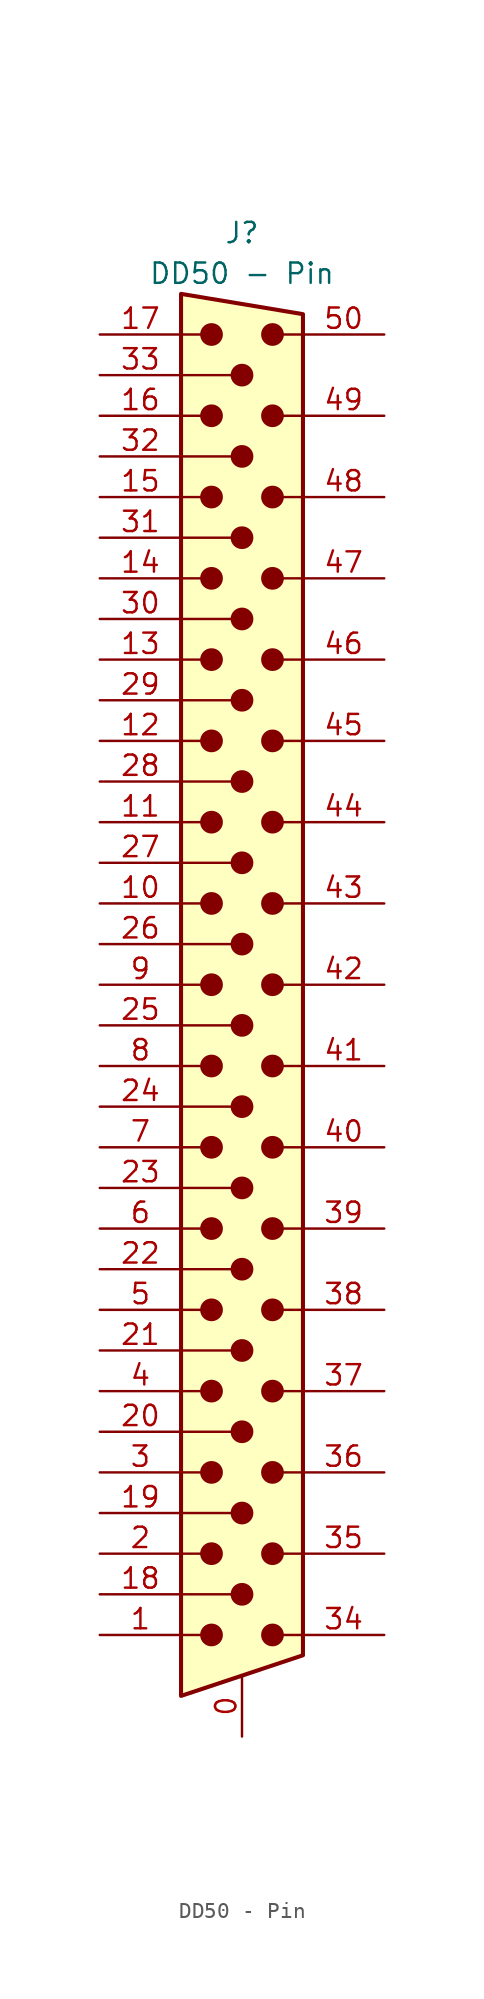
<source format=kicad_sym>
(kicad_symbol_lib
  (version 20220914)
  (generator kicad_symbol_editor)
  (symbol "DD50 - Pin"
    (pin_names
      (offset 1.016) hide)
    (property "Reference" "J"
      (at 0 46.99 0)
      (effects (font (size 1.27 1.27))))
    (property "Value" "DD50 - Pin"
      (at 0 44.45 0)
      (effects (font (size 1.27 1.27))))
    (symbol "DD50 - Pin_0_1"
      (circle (center -1.905 -40.64) (radius 0.635) (stroke (width 0) (type default)) (fill (type outline)))
      (circle (center -1.905 -35.56) (radius 0.635) (stroke (width 0) (type default)) (fill (type outline)))
      (circle (center -1.905 -30.48) (radius 0.635) (stroke (width 0) (type default)) (fill (type outline)))
      (circle (center -1.905 -25.4) (radius 0.635) (stroke (width 0) (type default)) (fill (type outline)))
      (circle (center -1.905 -20.32) (radius 0.635) (stroke (width 0) (type default)) (fill (type outline)))
      (circle (center -1.905 -15.24) (radius 0.635) (stroke (width 0) (type default)) (fill (type outline)))
      (circle (center -1.905 -10.16) (radius 0.635) (stroke (width 0) (type default)) (fill (type outline)))
      (circle (center -1.905 -5.08) (radius 0.635) (stroke (width 0) (type default)) (fill (type outline)))
      (circle (center -1.905 0) (radius 0.635) (stroke (width 0) (type default)) (fill (type outline)))
      (circle (center -1.905 5.08) (radius 0.635) (stroke (width 0) (type default)) (fill (type outline)))
      (circle (center -1.905 10.16) (radius 0.635) (stroke (width 0) (type default)) (fill (type outline)))
      (circle (center -1.905 15.24) (radius 0.635) (stroke (width 0) (type default)) (fill (type outline)))
      (circle (center -1.905 20.32) (radius 0.635) (stroke (width 0) (type default)) (fill (type outline)))
      (circle (center -1.905 25.4) (radius 0.635) (stroke (width 0) (type default)) (fill (type outline)))
      (circle (center -1.905 30.48) (radius 0.635) (stroke (width 0) (type default)) (fill (type outline)))
      (circle (center -1.905 35.56) (radius 0.635) (stroke (width 0) (type default)) (fill (type outline)))
      (circle (center -1.905 40.64) (radius 0.635) (stroke (width 0) (type default)) (fill (type outline)))
      (circle (center 0 -38.1) (radius 0.635) (stroke (width 0) (type default)) (fill (type outline)))
      (circle (center 0 -33.02) (radius 0.635) (stroke (width 0) (type default)) (fill (type outline)))
      (circle (center 0 -27.94) (radius 0.635) (stroke (width 0) (type default)) (fill (type outline)))
      (circle (center 0 -22.86) (radius 0.635) (stroke (width 0) (type default)) (fill (type outline)))
      (circle (center 0 -17.78) (radius 0.635) (stroke (width 0) (type default)) (fill (type outline)))
      (circle (center 0 -12.7) (radius 0.635) (stroke (width 0) (type default)) (fill (type outline)))
      (circle (center 0 -7.62) (radius 0.635) (stroke (width 0) (type default)) (fill (type outline)))
      (circle (center 0 -2.54) (radius 0.635) (stroke (width 0) (type default)) (fill (type outline)))
      (polyline (pts (xy -2.54 -40.64) (xy -3.81 -40.64)) (stroke (width 0) (type default)) (fill (type none)))
      (polyline (pts (xy -2.54 -35.56) (xy -3.81 -35.56)) (stroke (width 0) (type default)) (fill (type none)))
      (polyline (pts (xy -2.54 -30.48) (xy -3.81 -30.48)) (stroke (width 0) (type default)) (fill (type none)))
      (polyline (pts (xy -2.54 -25.4) (xy -3.81 -25.4)) (stroke (width 0) (type default)) (fill (type none)))
      (polyline (pts (xy -2.54 -20.32) (xy -3.81 -20.32)) (stroke (width 0) (type default)) (fill (type none)))
      (polyline (pts (xy -2.54 -15.24) (xy -3.81 -15.24)) (stroke (width 0) (type default)) (fill (type none)))
      (polyline (pts (xy -2.54 -10.16) (xy -3.81 -10.16)) (stroke (width 0) (type default)) (fill (type none)))
      (polyline (pts (xy -2.54 -5.08) (xy -3.81 -5.08)) (stroke (width 0) (type default)) (fill (type none)))
      (polyline (pts (xy -2.54 0) (xy -3.81 0)) (stroke (width 0) (type default)) (fill (type none)))
      (polyline (pts (xy -2.54 5.08) (xy -3.81 5.08)) (stroke (width 0) (type default)) (fill (type none)))
      (polyline (pts (xy -2.54 10.16) (xy -3.81 10.16)) (stroke (width 0) (type default)) (fill (type none)))
      (polyline (pts (xy -2.54 15.24) (xy -3.81 15.24)) (stroke (width 0) (type default)) (fill (type none)))
      (polyline (pts (xy -2.54 20.32) (xy -3.81 20.32)) (stroke (width 0) (type default)) (fill (type none)))
      (polyline (pts (xy -2.54 25.4) (xy -3.81 25.4)) (stroke (width 0) (type default)) (fill (type none)))
      (polyline (pts (xy -2.54 30.48) (xy -3.81 30.48)) (stroke (width 0) (type default)) (fill (type none)))
      (polyline (pts (xy -2.54 35.56) (xy -3.81 35.56)) (stroke (width 0) (type default)) (fill (type none)))
      (polyline (pts (xy -2.54 40.64) (xy -3.81 40.64)) (stroke (width 0) (type default)) (fill (type none)))
      (polyline (pts (xy 0 -38.1) (xy -3.81 -38.1)) (stroke (width 0) (type default)) (fill (type none)))
      (polyline (pts (xy 0 -33.02) (xy -3.81 -33.02)) (stroke (width 0) (type default)) (fill (type none)))
      (polyline (pts (xy 0 -27.94) (xy -3.81 -27.94)) (stroke (width 0) (type default)) (fill (type none)))
      (polyline (pts (xy 0 -22.86) (xy -3.81 -22.86)) (stroke (width 0) (type default)) (fill (type none)))
      (polyline (pts (xy 0 -17.78) (xy -3.81 -17.78)) (stroke (width 0) (type default)) (fill (type none)))
      (polyline (pts (xy 0 -12.7) (xy -3.81 -12.7)) (stroke (width 0) (type default)) (fill (type none)))
      (polyline (pts (xy 0 -7.62) (xy -3.81 -7.62)) (stroke (width 0) (type default)) (fill (type none)))
      (polyline (pts (xy 0 -2.54) (xy -3.81 -2.54)) (stroke (width 0) (type default)) (fill (type none)))
      (polyline (pts (xy 0 2.54) (xy -3.81 2.54)) (stroke (width 0) (type default)) (fill (type none)))
      (polyline (pts (xy 0 7.62) (xy -3.81 7.62)) (stroke (width 0) (type default)) (fill (type none)))
      (polyline (pts (xy 0 12.7) (xy -3.81 12.7)) (stroke (width 0) (type default)) (fill (type none)))
      (polyline (pts (xy 0 17.78) (xy -3.81 17.78)) (stroke (width 0) (type default)) (fill (type none)))
      (polyline (pts (xy 0 22.86) (xy -3.81 22.86)) (stroke (width 0) (type default)) (fill (type none)))
      (polyline (pts (xy 0 27.94) (xy -3.81 27.94)) (stroke (width 0) (type default)) (fill (type none)))
      (polyline (pts (xy 0 33.02) (xy -3.81 33.02)) (stroke (width 0) (type default)) (fill (type none)))
      (polyline (pts (xy 0 38.1) (xy -3.81 38.1)) (stroke (width 0) (type default)) (fill (type none)))
      (polyline (pts (xy 3.81 -40.64) (xy 2.54 -40.64)) (stroke (width 0) (type default)) (fill (type none)))
      (polyline (pts (xy 3.81 -35.56) (xy 2.54 -35.56)) (stroke (width 0) (type default)) (fill (type none)))
      (polyline (pts (xy 3.81 -30.48) (xy 2.54 -30.48)) (stroke (width 0) (type default)) (fill (type none)))
      (polyline (pts (xy 3.81 -25.4) (xy 2.54 -25.4)) (stroke (width 0) (type default)) (fill (type none)))
      (polyline (pts (xy 3.81 -20.32) (xy 2.54 -20.32)) (stroke (width 0) (type default)) (fill (type none)))
      (polyline (pts (xy 3.81 -15.24) (xy 2.54 -15.24)) (stroke (width 0) (type default)) (fill (type none)))
      (polyline (pts (xy 3.81 -10.16) (xy 2.54 -10.16)) (stroke (width 0) (type default)) (fill (type none)))
      (polyline (pts (xy 3.81 -5.08) (xy 2.54 -5.08)) (stroke (width 0) (type default)) (fill (type none)))
      (polyline (pts (xy 3.81 0) (xy 2.54 0)) (stroke (width 0) (type default)) (fill (type none)))
      (polyline (pts (xy 3.81 5.08) (xy 2.54 5.08)) (stroke (width 0) (type default)) (fill (type none)))
      (polyline (pts (xy 3.81 10.16) (xy 2.54 10.16)) (stroke (width 0) (type default)) (fill (type none)))
      (polyline (pts (xy 3.81 15.24) (xy 2.54 15.24)) (stroke (width 0) (type default)) (fill (type none)))
      (polyline (pts (xy 3.81 20.32) (xy 2.54 20.32)) (stroke (width 0) (type default)) (fill (type none)))
      (polyline (pts (xy 3.81 25.4) (xy 2.54 25.4)) (stroke (width 0) (type default)) (fill (type none)))
      (polyline (pts (xy 3.81 30.48) (xy 2.54 30.48)) (stroke (width 0) (type default)) (fill (type none)))
      (polyline (pts (xy 3.81 35.56) (xy 2.54 35.56)) (stroke (width 0) (type default)) (fill (type none)))
      (polyline (pts (xy 3.81 40.64) (xy 2.54 40.64)) (stroke (width 0) (type default)) (fill (type none)))
      (polyline (pts (xy -3.81 43.18) (xy -3.81 -44.45) (xy 3.81 -41.91) (xy 3.81 41.91) (xy -3.81 43.18)) (stroke (width 0.254) (type default)) (fill (type background)))
      (circle (center 0 2.54) (radius 0.635) (stroke (width 0) (type default)) (fill (type outline)))
      (circle (center 0 7.62) (radius 0.635) (stroke (width 0) (type default)) (fill (type outline)))
      (circle (center 0 12.7) (radius 0.635) (stroke (width 0) (type default)) (fill (type outline)))
      (circle (center 0 17.78) (radius 0.635) (stroke (width 0) (type default)) (fill (type outline)))
      (circle (center 0 22.86) (radius 0.635) (stroke (width 0) (type default)) (fill (type outline)))
      (circle (center 0 27.94) (radius 0.635) (stroke (width 0) (type default)) (fill (type outline)))
      (circle (center 0 33.02) (radius 0.635) (stroke (width 0) (type default)) (fill (type outline)))
      (circle (center 0 38.1) (radius 0.635) (stroke (width 0) (type default)) (fill (type outline)))
      (circle (center 1.905 -40.64) (radius 0.635) (stroke (width 0) (type default)) (fill (type outline)))
      (circle (center 1.905 -35.56) (radius 0.635) (stroke (width 0) (type default)) (fill (type outline)))
      (circle (center 1.905 -30.48) (radius 0.635) (stroke (width 0) (type default)) (fill (type outline)))
      (circle (center 1.905 -25.4) (radius 0.635) (stroke (width 0) (type default)) (fill (type outline)))
      (circle (center 1.905 -20.32) (radius 0.635) (stroke (width 0) (type default)) (fill (type outline)))
      (circle (center 1.905 -15.24) (radius 0.635) (stroke (width 0) (type default)) (fill (type outline)))
      (circle (center 1.905 -10.16) (radius 0.635) (stroke (width 0) (type default)) (fill (type outline)))
      (circle (center 1.905 -5.08) (radius 0.635) (stroke (width 0) (type default)) (fill (type outline)))
      (circle (center 1.905 0) (radius 0.635) (stroke (width 0) (type default)) (fill (type outline)))
      (circle (center 1.905 5.08) (radius 0.635) (stroke (width 0) (type default)) (fill (type outline)))
      (circle (center 1.905 10.16) (radius 0.635) (stroke (width 0) (type default)) (fill (type outline)))
      (circle (center 1.905 15.24) (radius 0.635) (stroke (width 0) (type default)) (fill (type outline)))
      (circle (center 1.905 20.32) (radius 0.635) (stroke (width 0) (type default)) (fill (type outline)))
      (circle (center 1.905 25.4) (radius 0.635) (stroke (width 0) (type default)) (fill (type outline)))
      (circle (center 1.905 30.48) (radius 0.635) (stroke (width 0) (type default)) (fill (type outline)))
      (circle (center 1.905 35.56) (radius 0.635) (stroke (width 0) (type default)) (fill (type outline)))
      (circle (center 1.905 40.64) (radius 0.635) (stroke (width 0) (type default)) (fill (type outline))))
    (symbol "DD50 - Pin_1_1"
      (pin passive line (at 0 -46.99 90) (length 3.81) (name "0" (effects (font (size 1.27 1.27)))) (number "0" (effects (font (size 1.27 1.27)))))
      (pin passive line (at -8.89 -40.64 0) (length 5.08) (name "1" (effects (font (size 1.27 1.27)))) (number "1" (effects (font (size 1.27 1.27)))))
      (pin passive line (at -8.89 5.08 0) (length 5.08) (name "10" (effects (font (size 1.27 1.27)))) (number "10" (effects (font (size 1.27 1.27)))))
      (pin passive line (at -8.89 10.16 0) (length 5.08) (name "11" (effects (font (size 1.27 1.27)))) (number "11" (effects (font (size 1.27 1.27)))))
      (pin passive line (at -8.89 15.24 0) (length 5.08) (name "12" (effects (font (size 1.27 1.27)))) (number "12" (effects (font (size 1.27 1.27)))))
      (pin passive line (at -8.89 20.32 0) (length 5.08) (name "13" (effects (font (size 1.27 1.27)))) (number "13" (effects (font (size 1.27 1.27)))))
      (pin passive line (at -8.89 25.4 0) (length 5.08) (name "14" (effects (font (size 1.27 1.27)))) (number "14" (effects (font (size 1.27 1.27)))))
      (pin passive line (at -8.89 30.48 0) (length 5.08) (name "15" (effects (font (size 1.27 1.27)))) (number "15" (effects (font (size 1.27 1.27)))))
      (pin passive line (at -8.89 35.56 0) (length 5.08) (name "16" (effects (font (size 1.27 1.27)))) (number "16" (effects (font (size 1.27 1.27)))))
      (pin passive line (at -8.89 40.64 0) (length 5.08) (name "17" (effects (font (size 1.27 1.27)))) (number "17" (effects (font (size 1.27 1.27)))))
      (pin passive line (at -8.89 -38.1 0) (length 5.08) (name "18" (effects (font (size 1.27 1.27)))) (number "18" (effects (font (size 1.27 1.27)))))
      (pin passive line (at -8.89 -33.02 0) (length 5.08) (name "19" (effects (font (size 1.27 1.27)))) (number "19" (effects (font (size 1.27 1.27)))))
      (pin passive line (at -8.89 -35.56 0) (length 5.08) (name "2" (effects (font (size 1.27 1.27)))) (number "2" (effects (font (size 1.27 1.27)))))
      (pin passive line (at -8.89 -27.94 0) (length 5.08) (name "20" (effects (font (size 1.27 1.27)))) (number "20" (effects (font (size 1.27 1.27)))))
      (pin passive line (at -8.89 -22.86 0) (length 5.08) (name "21" (effects (font (size 1.27 1.27)))) (number "21" (effects (font (size 1.27 1.27)))))
      (pin passive line (at -8.89 -17.78 0) (length 5.08) (name "22" (effects (font (size 1.27 1.27)))) (number "22" (effects (font (size 1.27 1.27)))))
      (pin passive line (at -8.89 -12.7 0) (length 5.08) (name "23" (effects (font (size 1.27 1.27)))) (number "23" (effects (font (size 1.27 1.27)))))
      (pin passive line (at -8.89 -7.62 0) (length 5.08) (name "24" (effects (font (size 1.27 1.27)))) (number "24" (effects (font (size 1.27 1.27)))))
      (pin passive line (at -8.89 -2.54 0) (length 5.08) (name "25" (effects (font (size 1.27 1.27)))) (number "25" (effects (font (size 1.27 1.27)))))
      (pin passive line (at -8.89 2.54 0) (length 5.08) (name "26" (effects (font (size 1.27 1.27)))) (number "26" (effects (font (size 1.27 1.27)))))
      (pin passive line (at -8.89 7.62 0) (length 5.08) (name "27" (effects (font (size 1.27 1.27)))) (number "27" (effects (font (size 1.27 1.27)))))
      (pin passive line (at -8.89 12.7 0) (length 5.08) (name "28" (effects (font (size 1.27 1.27)))) (number "28" (effects (font (size 1.27 1.27)))))
      (pin passive line (at -8.89 17.78 0) (length 5.08) (name "29" (effects (font (size 1.27 1.27)))) (number "29" (effects (font (size 1.27 1.27)))))
      (pin passive line (at -8.89 -30.48 0) (length 5.08) (name "3" (effects (font (size 1.27 1.27)))) (number "3" (effects (font (size 1.27 1.27)))))
      (pin passive line (at -8.89 22.86 0) (length 5.08) (name "30" (effects (font (size 1.27 1.27)))) (number "30" (effects (font (size 1.27 1.27)))))
      (pin passive line (at -8.89 27.94 0) (length 5.08) (name "31" (effects (font (size 1.27 1.27)))) (number "31" (effects (font (size 1.27 1.27)))))
      (pin passive line (at -8.89 33.02 0) (length 5.08) (name "32" (effects (font (size 1.27 1.27)))) (number "32" (effects (font (size 1.27 1.27)))))
      (pin passive line (at -8.89 38.1 0) (length 5.08) (name "33" (effects (font (size 1.27 1.27)))) (number "33" (effects (font (size 1.27 1.27)))))
      (pin passive line (at 8.89 -40.64 180) (length 5.08) (name "34" (effects (font (size 1.27 1.27)))) (number "34" (effects (font (size 1.27 1.27)))))
      (pin passive line (at 8.89 -35.56 180) (length 5.08) (name "35" (effects (font (size 1.27 1.27)))) (number "35" (effects (font (size 1.27 1.27)))))
      (pin passive line (at 8.89 -30.48 180) (length 5.08) (name "36" (effects (font (size 1.27 1.27)))) (number "36" (effects (font (size 1.27 1.27)))))
      (pin passive line (at 8.89 -25.4 180) (length 5.08) (name "37" (effects (font (size 1.27 1.27)))) (number "37" (effects (font (size 1.27 1.27)))))
      (pin passive line (at 8.89 -20.32 180) (length 5.08) (name "38" (effects (font (size 1.27 1.27)))) (number "38" (effects (font (size 1.27 1.27)))))
      (pin passive line (at 8.89 -15.24 180) (length 5.08) (name "39" (effects (font (size 1.27 1.27)))) (number "39" (effects (font (size 1.27 1.27)))))
      (pin passive line (at -8.89 -25.4 0) (length 5.08) (name "4" (effects (font (size 1.27 1.27)))) (number "4" (effects (font (size 1.27 1.27)))))
      (pin passive line (at 8.89 -10.16 180) (length 5.08) (name "40" (effects (font (size 1.27 1.27)))) (number "40" (effects (font (size 1.27 1.27)))))
      (pin passive line (at 8.89 -5.08 180) (length 5.08) (name "41" (effects (font (size 1.27 1.27)))) (number "41" (effects (font (size 1.27 1.27)))))
      (pin passive line (at 8.89 0 180) (length 5.08) (name "42" (effects (font (size 1.27 1.27)))) (number "42" (effects (font (size 1.27 1.27)))))
      (pin passive line (at 8.89 5.08 180) (length 5.08) (name "43" (effects (font (size 1.27 1.27)))) (number "43" (effects (font (size 1.27 1.27)))))
      (pin passive line (at 8.89 10.16 180) (length 5.08) (name "44" (effects (font (size 1.27 1.27)))) (number "44" (effects (font (size 1.27 1.27)))))
      (pin passive line (at 8.89 15.24 180) (length 5.08) (name "45" (effects (font (size 1.27 1.27)))) (number "45" (effects (font (size 1.27 1.27)))))
      (pin passive line (at 8.89 20.32 180) (length 5.08) (name "46" (effects (font (size 1.27 1.27)))) (number "46" (effects (font (size 1.27 1.27)))))
      (pin passive line (at 8.89 25.4 180) (length 5.08) (name "47" (effects (font (size 1.27 1.27)))) (number "47" (effects (font (size 1.27 1.27)))))
      (pin passive line (at 8.89 30.48 180) (length 5.08) (name "48" (effects (font (size 1.27 1.27)))) (number "48" (effects (font (size 1.27 1.27)))))
      (pin passive line (at 8.89 35.56 180) (length 5.08) (name "49" (effects (font (size 1.27 1.27)))) (number "49" (effects (font (size 1.27 1.27)))))
      (pin passive line (at -8.89 -20.32 0) (length 5.08) (name "5" (effects (font (size 1.27 1.27)))) (number "5" (effects (font (size 1.27 1.27)))))
      (pin passive line (at 8.89 40.64 180) (length 5.08) (name "50" (effects (font (size 1.27 1.27)))) (number "50" (effects (font (size 1.27 1.27)))))
      (pin passive line (at -8.89 -15.24 0) (length 5.08) (name "6" (effects (font (size 1.27 1.27)))) (number "6" (effects (font (size 1.27 1.27)))))
      (pin passive line (at -8.89 -10.16 0) (length 5.08) (name "7" (effects (font (size 1.27 1.27)))) (number "7" (effects (font (size 1.27 1.27)))))
      (pin passive line (at -8.89 -5.08 0) (length 5.08) (name "8" (effects (font (size 1.27 1.27)))) (number "8" (effects (font (size 1.27 1.27)))))
      (pin passive line (at -8.89 0 0) (length 5.08) (name "9" (effects (font (size 1.27 1.27)))) (number "9" (effects (font (size 1.27 1.27))))))))
</source>
